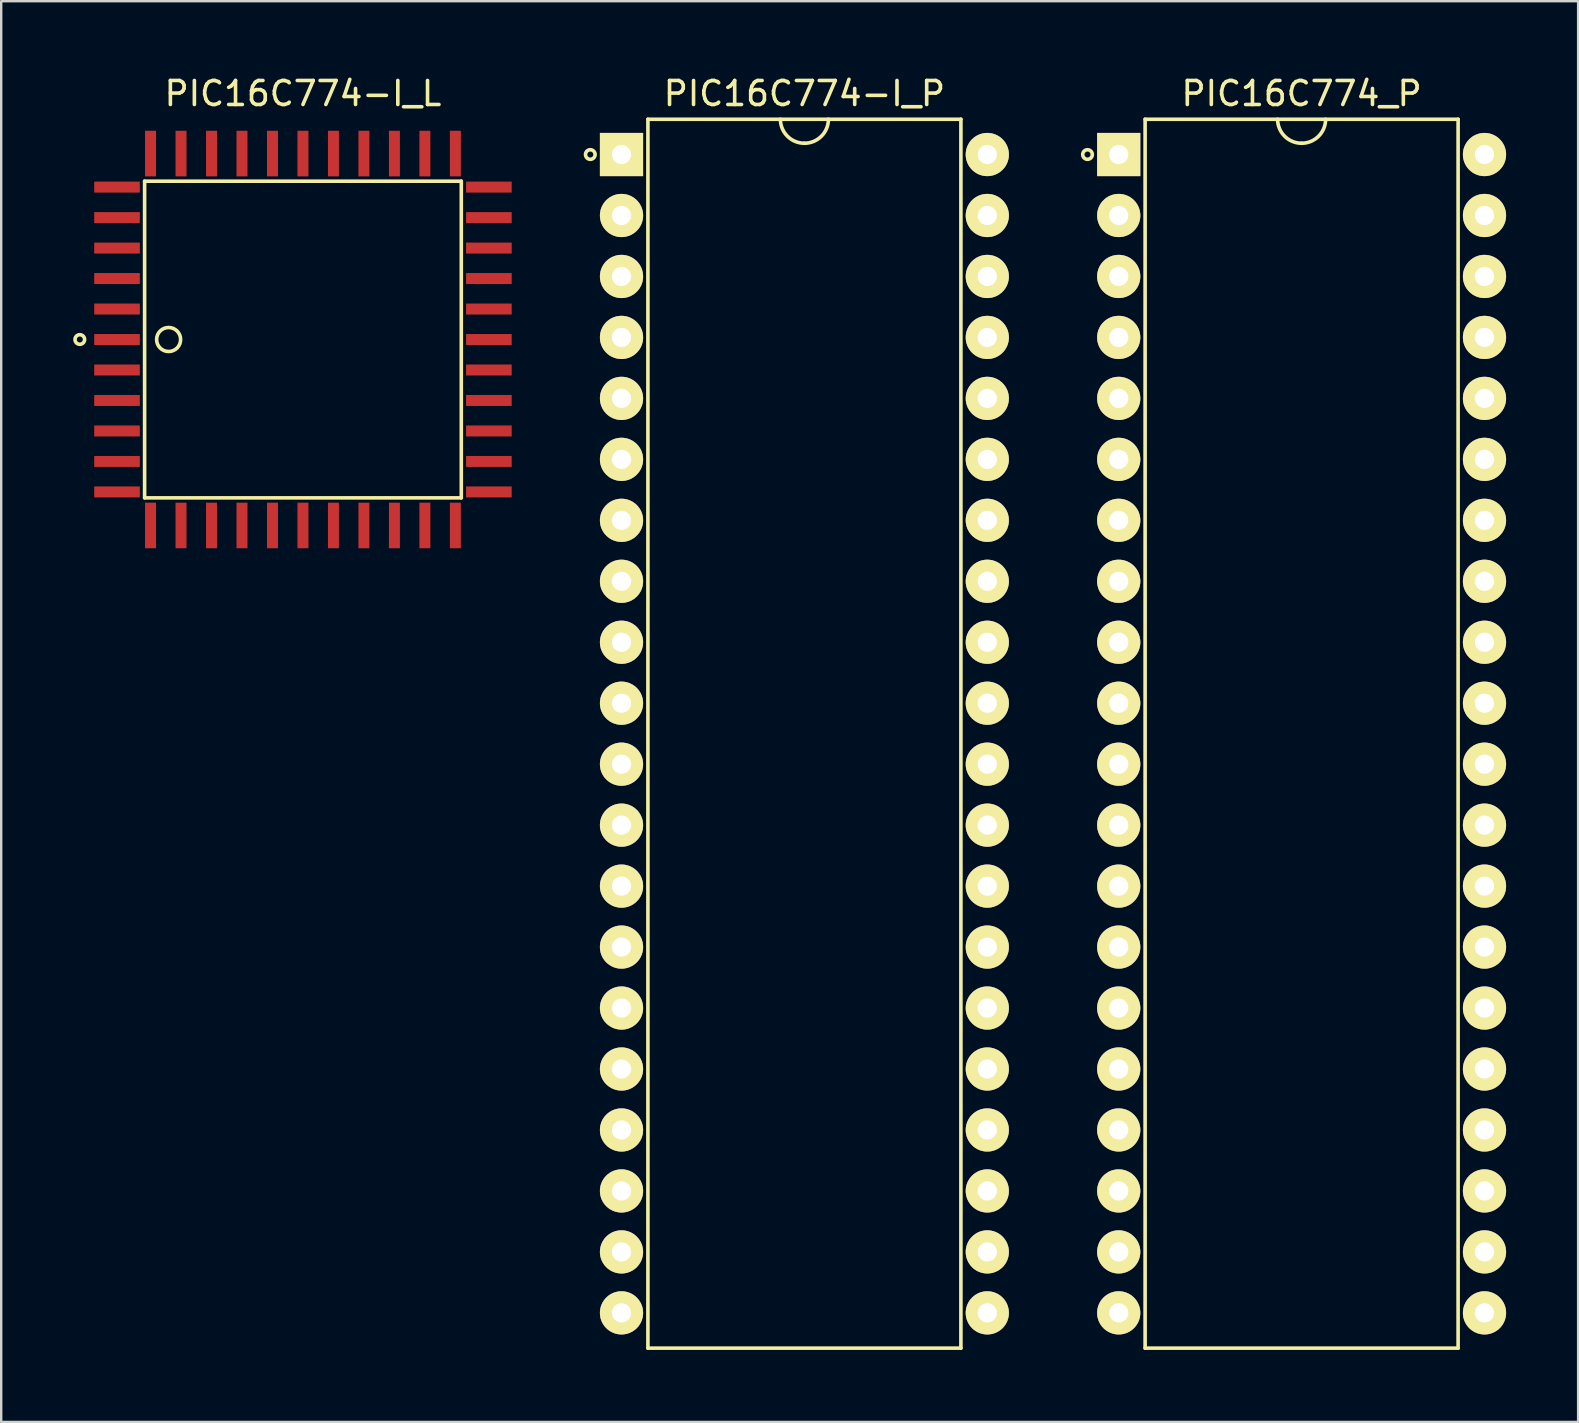
<source format=kicad_pcb>
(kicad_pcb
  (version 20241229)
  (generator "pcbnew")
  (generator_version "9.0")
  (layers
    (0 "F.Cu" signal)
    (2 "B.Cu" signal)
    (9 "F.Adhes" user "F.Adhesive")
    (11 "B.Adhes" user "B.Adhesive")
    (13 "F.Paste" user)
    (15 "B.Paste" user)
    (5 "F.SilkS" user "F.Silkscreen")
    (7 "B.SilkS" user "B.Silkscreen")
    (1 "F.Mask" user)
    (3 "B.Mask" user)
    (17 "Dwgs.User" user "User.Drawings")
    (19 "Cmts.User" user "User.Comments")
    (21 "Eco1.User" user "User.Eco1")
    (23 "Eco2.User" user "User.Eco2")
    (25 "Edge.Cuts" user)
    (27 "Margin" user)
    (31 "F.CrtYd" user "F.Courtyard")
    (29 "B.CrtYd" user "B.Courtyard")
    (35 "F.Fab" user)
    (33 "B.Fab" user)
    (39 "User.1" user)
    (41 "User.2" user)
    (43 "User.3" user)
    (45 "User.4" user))
  (footprint "PIC16C774_P"
    (layer "F.Cu")
    (at 43.559 3.388)
    (property "Reference" "PIC16C774_P" (at 7.62 -2.54 0) (layer "F.SilkS") (effects (font (size 1 1) (thickness 0.15))))
    (attr through_hole)
    (fp_line (start 1.1 -1.47) (end 14.14 -1.47) (stroke (width 0.15) (type solid)) (layer "F.SilkS"))
    (fp_line (start 1.1 49.73) (end 1.1 -1.47) (stroke (width 0.15) (type solid)) (layer "F.SilkS"))
    (fp_line (start 14.14 -1.47) (end 14.14 49.73) (stroke (width 0.15) (type solid)) (layer "F.SilkS"))
    (fp_line (start 14.14 49.73) (end 1.1 49.73) (stroke (width 0.15) (type solid)) (layer "F.SilkS"))
    (fp_arc (start 7.62 -0.47) (mid 6.912893 -0.762893) (end 6.62 -1.47) (stroke (width 0.15) (type solid)) (layer "F.SilkS"))
    (fp_arc (start 8.62 -1.47) (mid 8.327107 -0.762893) (end 7.62 -0.47) (stroke (width 0.15) (type solid)) (layer "F.SilkS"))
    (fp_circle (center -1.3 0) (end -1.3 0.2) (stroke (width 0.15) (type solid)) (fill no) (layer "F.SilkS"))
    (pad "1" thru_hole rect (at 0 0) (size 1.8 1.8) (drill 0.8) (layers "*.Cu" "*.Mask" "F.SilkS"))
    (pad "2" thru_hole circle (at 0 2.54) (size 1.8 1.8) (drill 0.8) (layers "*.Cu" "*.Mask" "F.SilkS"))
    (pad "3" thru_hole circle (at 0 5.08) (size 1.8 1.8) (drill 0.8) (layers "*.Cu" "*.Mask" "F.SilkS"))
    (pad "4" thru_hole circle (at 0 7.62) (size 1.8 1.8) (drill 0.8) (layers "*.Cu" "*.Mask" "F.SilkS"))
    (pad "5" thru_hole circle (at 0 10.16) (size 1.8 1.8) (drill 0.8) (layers "*.Cu" "*.Mask" "F.SilkS"))
    (pad "6" thru_hole circle (at 0 12.7) (size 1.8 1.8) (drill 0.8) (layers "*.Cu" "*.Mask" "F.SilkS"))
    (pad "7" thru_hole circle (at 0 15.24) (size 1.8 1.8) (drill 0.8) (layers "*.Cu" "*.Mask" "F.SilkS"))
    (pad "8" thru_hole circle (at 0 17.78) (size 1.8 1.8) (drill 0.8) (layers "*.Cu" "*.Mask" "F.SilkS"))
    (pad "9" thru_hole circle (at 0 20.32) (size 1.8 1.8) (drill 0.8) (layers "*.Cu" "*.Mask" "F.SilkS"))
    (pad "10" thru_hole circle (at 0 22.86) (size 1.8 1.8) (drill 0.8) (layers "*.Cu" "*.Mask" "F.SilkS"))
    (pad "11" thru_hole circle (at 0 25.4) (size 1.8 1.8) (drill 0.8) (layers "*.Cu" "*.Mask" "F.SilkS"))
    (pad "12" thru_hole circle (at 0 27.94) (size 1.8 1.8) (drill 0.8) (layers "*.Cu" "*.Mask" "F.SilkS"))
    (pad "13" thru_hole circle (at 0 30.48) (size 1.8 1.8) (drill 0.8) (layers "*.Cu" "*.Mask" "F.SilkS"))
    (pad "14" thru_hole circle (at 0 33.02) (size 1.8 1.8) (drill 0.8) (layers "*.Cu" "*.Mask" "F.SilkS"))
    (pad "15" thru_hole circle (at 0 35.56) (size 1.8 1.8) (drill 0.8) (layers "*.Cu" "*.Mask" "F.SilkS"))
    (pad "16" thru_hole circle (at 0 38.1) (size 1.8 1.8) (drill 0.8) (layers "*.Cu" "*.Mask" "F.SilkS"))
    (pad "17" thru_hole circle (at 0 40.64) (size 1.8 1.8) (drill 0.8) (layers "*.Cu" "*.Mask" "F.SilkS"))
    (pad "18" thru_hole circle (at 0 43.18) (size 1.8 1.8) (drill 0.8) (layers "*.Cu" "*.Mask" "F.SilkS"))
    (pad "19" thru_hole circle (at 0 45.72) (size 1.8 1.8) (drill 0.8) (layers "*.Cu" "*.Mask" "F.SilkS"))
    (pad "20" thru_hole circle (at 0 48.26) (size 1.8 1.8) (drill 0.8) (layers "*.Cu" "*.Mask" "F.SilkS"))
    (pad "21" thru_hole circle (at 15.24 48.26) (size 1.8 1.8) (drill 0.8) (layers "*.Cu" "*.Mask" "F.SilkS"))
    (pad "22" thru_hole circle (at 15.24 45.72) (size 1.8 1.8) (drill 0.8) (layers "*.Cu" "*.Mask" "F.SilkS"))
    (pad "23" thru_hole circle (at 15.24 43.18) (size 1.8 1.8) (drill 0.8) (layers "*.Cu" "*.Mask" "F.SilkS"))
    (pad "24" thru_hole circle (at 15.24 40.64) (size 1.8 1.8) (drill 0.8) (layers "*.Cu" "*.Mask" "F.SilkS"))
    (pad "25" thru_hole circle (at 15.24 38.1) (size 1.8 1.8) (drill 0.8) (layers "*.Cu" "*.Mask" "F.SilkS"))
    (pad "26" thru_hole circle (at 15.24 35.56) (size 1.8 1.8) (drill 0.8) (layers "*.Cu" "*.Mask" "F.SilkS"))
    (pad "27" thru_hole circle (at 15.24 33.02) (size 1.8 1.8) (drill 0.8) (layers "*.Cu" "*.Mask" "F.SilkS"))
    (pad "28" thru_hole circle (at 15.24 30.48) (size 1.8 1.8) (drill 0.8) (layers "*.Cu" "*.Mask" "F.SilkS"))
    (pad "29" thru_hole circle (at 15.24 27.94) (size 1.8 1.8) (drill 0.8) (layers "*.Cu" "*.Mask" "F.SilkS"))
    (pad "30" thru_hole circle (at 15.24 25.4) (size 1.8 1.8) (drill 0.8) (layers "*.Cu" "*.Mask" "F.SilkS"))
    (pad "31" thru_hole circle (at 15.24 22.86) (size 1.8 1.8) (drill 0.8) (layers "*.Cu" "*.Mask" "F.SilkS"))
    (pad "32" thru_hole circle (at 15.24 20.32) (size 1.8 1.8) (drill 0.8) (layers "*.Cu" "*.Mask" "F.SilkS"))
    (pad "33" thru_hole circle (at 15.24 17.78) (size 1.8 1.8) (drill 0.8) (layers "*.Cu" "*.Mask" "F.SilkS"))
    (pad "34" thru_hole circle (at 15.24 15.24) (size 1.8 1.8) (drill 0.8) (layers "*.Cu" "*.Mask" "F.SilkS"))
    (pad "35" thru_hole circle (at 15.24 12.7) (size 1.8 1.8) (drill 0.8) (layers "*.Cu" "*.Mask" "F.SilkS"))
    (pad "36" thru_hole circle (at 15.24 10.16) (size 1.8 1.8) (drill 0.8) (layers "*.Cu" "*.Mask" "F.SilkS"))
    (pad "37" thru_hole circle (at 15.24 7.62) (size 1.8 1.8) (drill 0.8) (layers "*.Cu" "*.Mask" "F.SilkS"))
    (pad "38" thru_hole circle (at 15.24 5.08) (size 1.8 1.8) (drill 0.8) (layers "*.Cu" "*.Mask" "F.SilkS"))
    (pad "39" thru_hole circle (at 15.24 2.54) (size 1.8 1.8) (drill 0.8) (layers "*.Cu" "*.Mask" "F.SilkS"))
    (pad "40" thru_hole circle (at 15.24 0) (size 1.8 1.8) (drill 0.8) (layers "*.Cu" "*.Mask" "F.SilkS")))
  (footprint "PIC16C774-I_P"
    (layer "F.Cu")
    (at 22.844 3.388)
    (property "Reference" "PIC16C774-I_P" (at 7.62 -2.54 0) (layer "F.SilkS") (effects (font (size 1 1) (thickness 0.15))))
    (attr through_hole)
    (fp_line (start 1.1 -1.47) (end 14.14 -1.47) (stroke (width 0.15) (type solid)) (layer "F.SilkS"))
    (fp_line (start 1.1 49.73) (end 1.1 -1.47) (stroke (width 0.15) (type solid)) (layer "F.SilkS"))
    (fp_line (start 14.14 -1.47) (end 14.14 49.73) (stroke (width 0.15) (type solid)) (layer "F.SilkS"))
    (fp_line (start 14.14 49.73) (end 1.1 49.73) (stroke (width 0.15) (type solid)) (layer "F.SilkS"))
    (fp_arc (start 7.62 -0.47) (mid 6.912893 -0.762893) (end 6.62 -1.47) (stroke (width 0.15) (type solid)) (layer "F.SilkS"))
    (fp_arc (start 8.62 -1.47) (mid 8.327107 -0.762893) (end 7.62 -0.47) (stroke (width 0.15) (type solid)) (layer "F.SilkS"))
    (fp_circle (center -1.3 0) (end -1.3 0.2) (stroke (width 0.15) (type solid)) (fill no) (layer "F.SilkS"))
    (pad "1" thru_hole rect (at 0 0) (size 1.8 1.8) (drill 0.8) (layers "*.Cu" "*.Mask" "F.SilkS"))
    (pad "2" thru_hole circle (at 0 2.54) (size 1.8 1.8) (drill 0.8) (layers "*.Cu" "*.Mask" "F.SilkS"))
    (pad "3" thru_hole circle (at 0 5.08) (size 1.8 1.8) (drill 0.8) (layers "*.Cu" "*.Mask" "F.SilkS"))
    (pad "4" thru_hole circle (at 0 7.62) (size 1.8 1.8) (drill 0.8) (layers "*.Cu" "*.Mask" "F.SilkS"))
    (pad "5" thru_hole circle (at 0 10.16) (size 1.8 1.8) (drill 0.8) (layers "*.Cu" "*.Mask" "F.SilkS"))
    (pad "6" thru_hole circle (at 0 12.7) (size 1.8 1.8) (drill 0.8) (layers "*.Cu" "*.Mask" "F.SilkS"))
    (pad "7" thru_hole circle (at 0 15.24) (size 1.8 1.8) (drill 0.8) (layers "*.Cu" "*.Mask" "F.SilkS"))
    (pad "8" thru_hole circle (at 0 17.78) (size 1.8 1.8) (drill 0.8) (layers "*.Cu" "*.Mask" "F.SilkS"))
    (pad "9" thru_hole circle (at 0 20.32) (size 1.8 1.8) (drill 0.8) (layers "*.Cu" "*.Mask" "F.SilkS"))
    (pad "10" thru_hole circle (at 0 22.86) (size 1.8 1.8) (drill 0.8) (layers "*.Cu" "*.Mask" "F.SilkS"))
    (pad "11" thru_hole circle (at 0 25.4) (size 1.8 1.8) (drill 0.8) (layers "*.Cu" "*.Mask" "F.SilkS"))
    (pad "12" thru_hole circle (at 0 27.94) (size 1.8 1.8) (drill 0.8) (layers "*.Cu" "*.Mask" "F.SilkS"))
    (pad "13" thru_hole circle (at 0 30.48) (size 1.8 1.8) (drill 0.8) (layers "*.Cu" "*.Mask" "F.SilkS"))
    (pad "14" thru_hole circle (at 0 33.02) (size 1.8 1.8) (drill 0.8) (layers "*.Cu" "*.Mask" "F.SilkS"))
    (pad "15" thru_hole circle (at 0 35.56) (size 1.8 1.8) (drill 0.8) (layers "*.Cu" "*.Mask" "F.SilkS"))
    (pad "16" thru_hole circle (at 0 38.1) (size 1.8 1.8) (drill 0.8) (layers "*.Cu" "*.Mask" "F.SilkS"))
    (pad "17" thru_hole circle (at 0 40.64) (size 1.8 1.8) (drill 0.8) (layers "*.Cu" "*.Mask" "F.SilkS"))
    (pad "18" thru_hole circle (at 0 43.18) (size 1.8 1.8) (drill 0.8) (layers "*.Cu" "*.Mask" "F.SilkS"))
    (pad "19" thru_hole circle (at 0 45.72) (size 1.8 1.8) (drill 0.8) (layers "*.Cu" "*.Mask" "F.SilkS"))
    (pad "20" thru_hole circle (at 0 48.26) (size 1.8 1.8) (drill 0.8) (layers "*.Cu" "*.Mask" "F.SilkS"))
    (pad "21" thru_hole circle (at 15.24 48.26) (size 1.8 1.8) (drill 0.8) (layers "*.Cu" "*.Mask" "F.SilkS"))
    (pad "22" thru_hole circle (at 15.24 45.72) (size 1.8 1.8) (drill 0.8) (layers "*.Cu" "*.Mask" "F.SilkS"))
    (pad "23" thru_hole circle (at 15.24 43.18) (size 1.8 1.8) (drill 0.8) (layers "*.Cu" "*.Mask" "F.SilkS"))
    (pad "24" thru_hole circle (at 15.24 40.64) (size 1.8 1.8) (drill 0.8) (layers "*.Cu" "*.Mask" "F.SilkS"))
    (pad "25" thru_hole circle (at 15.24 38.1) (size 1.8 1.8) (drill 0.8) (layers "*.Cu" "*.Mask" "F.SilkS"))
    (pad "26" thru_hole circle (at 15.24 35.56) (size 1.8 1.8) (drill 0.8) (layers "*.Cu" "*.Mask" "F.SilkS"))
    (pad "27" thru_hole circle (at 15.24 33.02) (size 1.8 1.8) (drill 0.8) (layers "*.Cu" "*.Mask" "F.SilkS"))
    (pad "28" thru_hole circle (at 15.24 30.48) (size 1.8 1.8) (drill 0.8) (layers "*.Cu" "*.Mask" "F.SilkS"))
    (pad "29" thru_hole circle (at 15.24 27.94) (size 1.8 1.8) (drill 0.8) (layers "*.Cu" "*.Mask" "F.SilkS"))
    (pad "30" thru_hole circle (at 15.24 25.4) (size 1.8 1.8) (drill 0.8) (layers "*.Cu" "*.Mask" "F.SilkS"))
    (pad "31" thru_hole circle (at 15.24 22.86) (size 1.8 1.8) (drill 0.8) (layers "*.Cu" "*.Mask" "F.SilkS"))
    (pad "32" thru_hole circle (at 15.24 20.32) (size 1.8 1.8) (drill 0.8) (layers "*.Cu" "*.Mask" "F.SilkS"))
    (pad "33" thru_hole circle (at 15.24 17.78) (size 1.8 1.8) (drill 0.8) (layers "*.Cu" "*.Mask" "F.SilkS"))
    (pad "34" thru_hole circle (at 15.24 15.24) (size 1.8 1.8) (drill 0.8) (layers "*.Cu" "*.Mask" "F.SilkS"))
    (pad "35" thru_hole circle (at 15.24 12.7) (size 1.8 1.8) (drill 0.8) (layers "*.Cu" "*.Mask" "F.SilkS"))
    (pad "36" thru_hole circle (at 15.24 10.16) (size 1.8 1.8) (drill 0.8) (layers "*.Cu" "*.Mask" "F.SilkS"))
    (pad "37" thru_hole circle (at 15.24 7.62) (size 1.8 1.8) (drill 0.8) (layers "*.Cu" "*.Mask" "F.SilkS"))
    (pad "38" thru_hole circle (at 15.24 5.08) (size 1.8 1.8) (drill 0.8) (layers "*.Cu" "*.Mask" "F.SilkS"))
    (pad "39" thru_hole circle (at 15.24 2.54) (size 1.8 1.8) (drill 0.8) (layers "*.Cu" "*.Mask" "F.SilkS"))
    (pad "40" thru_hole circle (at 15.24 0) (size 1.8 1.8) (drill 0.8) (layers "*.Cu" "*.Mask" "F.SilkS")))
  (footprint "PIC16C774-I_L"
    (layer "F.Cu")
    (at 1.825 3.348)
    (property "Reference" "PIC16C774-I_L" (at 7.747 -2.5 0) (layer "F.SilkS") (effects (font (size 1 1) (thickness 0.15))))
    (attr through_hole)
    (fp_line (start 1.15 1.15) (end 1.15 14.344) (stroke (width 0.15) (type solid)) (layer "F.SilkS"))
    (fp_line (start 1.15 1.15) (end 14.344 1.15) (stroke (width 0.15) (type solid)) (layer "F.SilkS"))
    (fp_line (start 1.15 14.344) (end 14.344 14.344) (stroke (width 0.15) (type solid)) (layer "F.SilkS"))
    (fp_line (start 14.344 14.344) (end 14.344 1.15) (stroke (width 0.15) (type solid)) (layer "F.SilkS"))
    (fp_circle (center -1.55 7.747) (end -1.55 7.547) (stroke (width 0.15) (type solid)) (fill no) (layer "F.SilkS"))
    (fp_circle (center 2.15 7.747) (end 2.15 7.247) (stroke (width 0.15) (type solid)) (fill no) (layer "F.SilkS"))
    (pad "1" smd rect (at 0 7.747) (size 1.9 0.457) (layers "F.Cu" "F.Mask" "F.Paste"))
    (pad "2" smd rect (at 0 9.017) (size 1.9 0.457) (layers "F.Cu" "F.Mask" "F.Paste"))
    (pad "3" smd rect (at 0 10.287) (size 1.9 0.457) (layers "F.Cu" "F.Mask" "F.Paste"))
    (pad "4" smd rect (at 0 11.557) (size 1.9 0.457) (layers "F.Cu" "F.Mask" "F.Paste"))
    (pad "5" smd rect (at 0 12.827) (size 1.9 0.457) (layers "F.Cu" "F.Mask" "F.Paste"))
    (pad "6" smd rect (at 0 14.097) (size 1.9 0.457) (layers "F.Cu" "F.Mask" "F.Paste"))
    (pad "7" smd rect (at 1.397 15.494) (size 0.457 1.9) (layers "F.Cu" "F.Mask" "F.Paste"))
    (pad "8" smd rect (at 2.667 15.494) (size 0.457 1.9) (layers "F.Cu" "F.Mask" "F.Paste"))
    (pad "9" smd rect (at 3.937 15.494) (size 0.457 1.9) (layers "F.Cu" "F.Mask" "F.Paste"))
    (pad "10" smd rect (at 5.207 15.494) (size 0.457 1.9) (layers "F.Cu" "F.Mask" "F.Paste"))
    (pad "11" smd rect (at 6.477 15.494) (size 0.457 1.9) (layers "F.Cu" "F.Mask" "F.Paste"))
    (pad "12" smd rect (at 7.747 15.494) (size 0.457 1.9) (layers "F.Cu" "F.Mask" "F.Paste"))
    (pad "13" smd rect (at 9.017 15.494) (size 0.457 1.9) (layers "F.Cu" "F.Mask" "F.Paste"))
    (pad "14" smd rect (at 10.287 15.494) (size 0.457 1.9) (layers "F.Cu" "F.Mask" "F.Paste"))
    (pad "15" smd rect (at 11.557 15.494) (size 0.457 1.9) (layers "F.Cu" "F.Mask" "F.Paste"))
    (pad "16" smd rect (at 12.827 15.494) (size 0.457 1.9) (layers "F.Cu" "F.Mask" "F.Paste"))
    (pad "17" smd rect (at 14.097 15.494) (size 0.457 1.9) (layers "F.Cu" "F.Mask" "F.Paste"))
    (pad "18" smd rect (at 15.494 14.097) (size 1.9 0.457) (layers "F.Cu" "F.Mask" "F.Paste"))
    (pad "19" smd rect (at 15.494 12.827) (size 1.9 0.457) (layers "F.Cu" "F.Mask" "F.Paste"))
    (pad "20" smd rect (at 15.494 11.557) (size 1.9 0.457) (layers "F.Cu" "F.Mask" "F.Paste"))
    (pad "21" smd rect (at 15.494 10.287) (size 1.9 0.457) (layers "F.Cu" "F.Mask" "F.Paste"))
    (pad "22" smd rect (at 15.494 9.017) (size 1.9 0.457) (layers "F.Cu" "F.Mask" "F.Paste"))
    (pad "23" smd rect (at 15.494 7.747) (size 1.9 0.457) (layers "F.Cu" "F.Mask" "F.Paste"))
    (pad "24" smd rect (at 15.494 6.477) (size 1.9 0.457) (layers "F.Cu" "F.Mask" "F.Paste"))
    (pad "25" smd rect (at 15.494 5.207) (size 1.9 0.457) (layers "F.Cu" "F.Mask" "F.Paste"))
    (pad "26" smd rect (at 15.494 3.937) (size 1.9 0.457) (layers "F.Cu" "F.Mask" "F.Paste"))
    (pad "27" smd rect (at 15.494 2.667) (size 1.9 0.457) (layers "F.Cu" "F.Mask" "F.Paste"))
    (pad "28" smd rect (at 15.494 1.397) (size 1.9 0.457) (layers "F.Cu" "F.Mask" "F.Paste"))
    (pad "29" smd rect (at 14.097 0) (size 0.457 1.9) (layers "F.Cu" "F.Mask" "F.Paste"))
    (pad "30" smd rect (at 12.827 0) (size 0.457 1.9) (layers "F.Cu" "F.Mask" "F.Paste"))
    (pad "31" smd rect (at 11.557 0) (size 0.457 1.9) (layers "F.Cu" "F.Mask" "F.Paste"))
    (pad "32" smd rect (at 10.287 0) (size 0.457 1.9) (layers "F.Cu" "F.Mask" "F.Paste"))
    (pad "33" smd rect (at 9.017 0) (size 0.457 1.9) (layers "F.Cu" "F.Mask" "F.Paste"))
    (pad "34" smd rect (at 7.747 0) (size 0.457 1.9) (layers "F.Cu" "F.Mask" "F.Paste"))
    (pad "35" smd rect (at 6.477 0) (size 0.457 1.9) (layers "F.Cu" "F.Mask" "F.Paste"))
    (pad "36" smd rect (at 5.207 0) (size 0.457 1.9) (layers "F.Cu" "F.Mask" "F.Paste"))
    (pad "37" smd rect (at 3.937 0) (size 0.457 1.9) (layers "F.Cu" "F.Mask" "F.Paste"))
    (pad "38" smd rect (at 2.667 0) (size 0.457 1.9) (layers "F.Cu" "F.Mask" "F.Paste"))
    (pad "39" smd rect (at 1.397 0) (size 0.457 1.9) (layers "F.Cu" "F.Mask" "F.Paste"))
    (pad "40" smd rect (at 0 1.397) (size 1.9 0.457) (layers "F.Cu" "F.Mask" "F.Paste"))
    (pad "41" smd rect (at 0 2.667) (size 1.9 0.457) (layers "F.Cu" "F.Mask" "F.Paste"))
    (pad "42" smd rect (at 0 3.937) (size 1.9 0.457) (layers "F.Cu" "F.Mask" "F.Paste"))
    (pad "43" smd rect (at 0 5.207) (size 1.9 0.457) (layers "F.Cu" "F.Mask" "F.Paste"))
    (pad "44" smd rect (at 0 6.477) (size 1.9 0.457) (layers "F.Cu" "F.Mask" "F.Paste")))
  (gr_rect
    (start -3 -3)
    (end 62.699 56.193)
    (stroke (width 0.1) (type default))
    (fill no)
    (layer "Edge.Cuts")))
</source>
